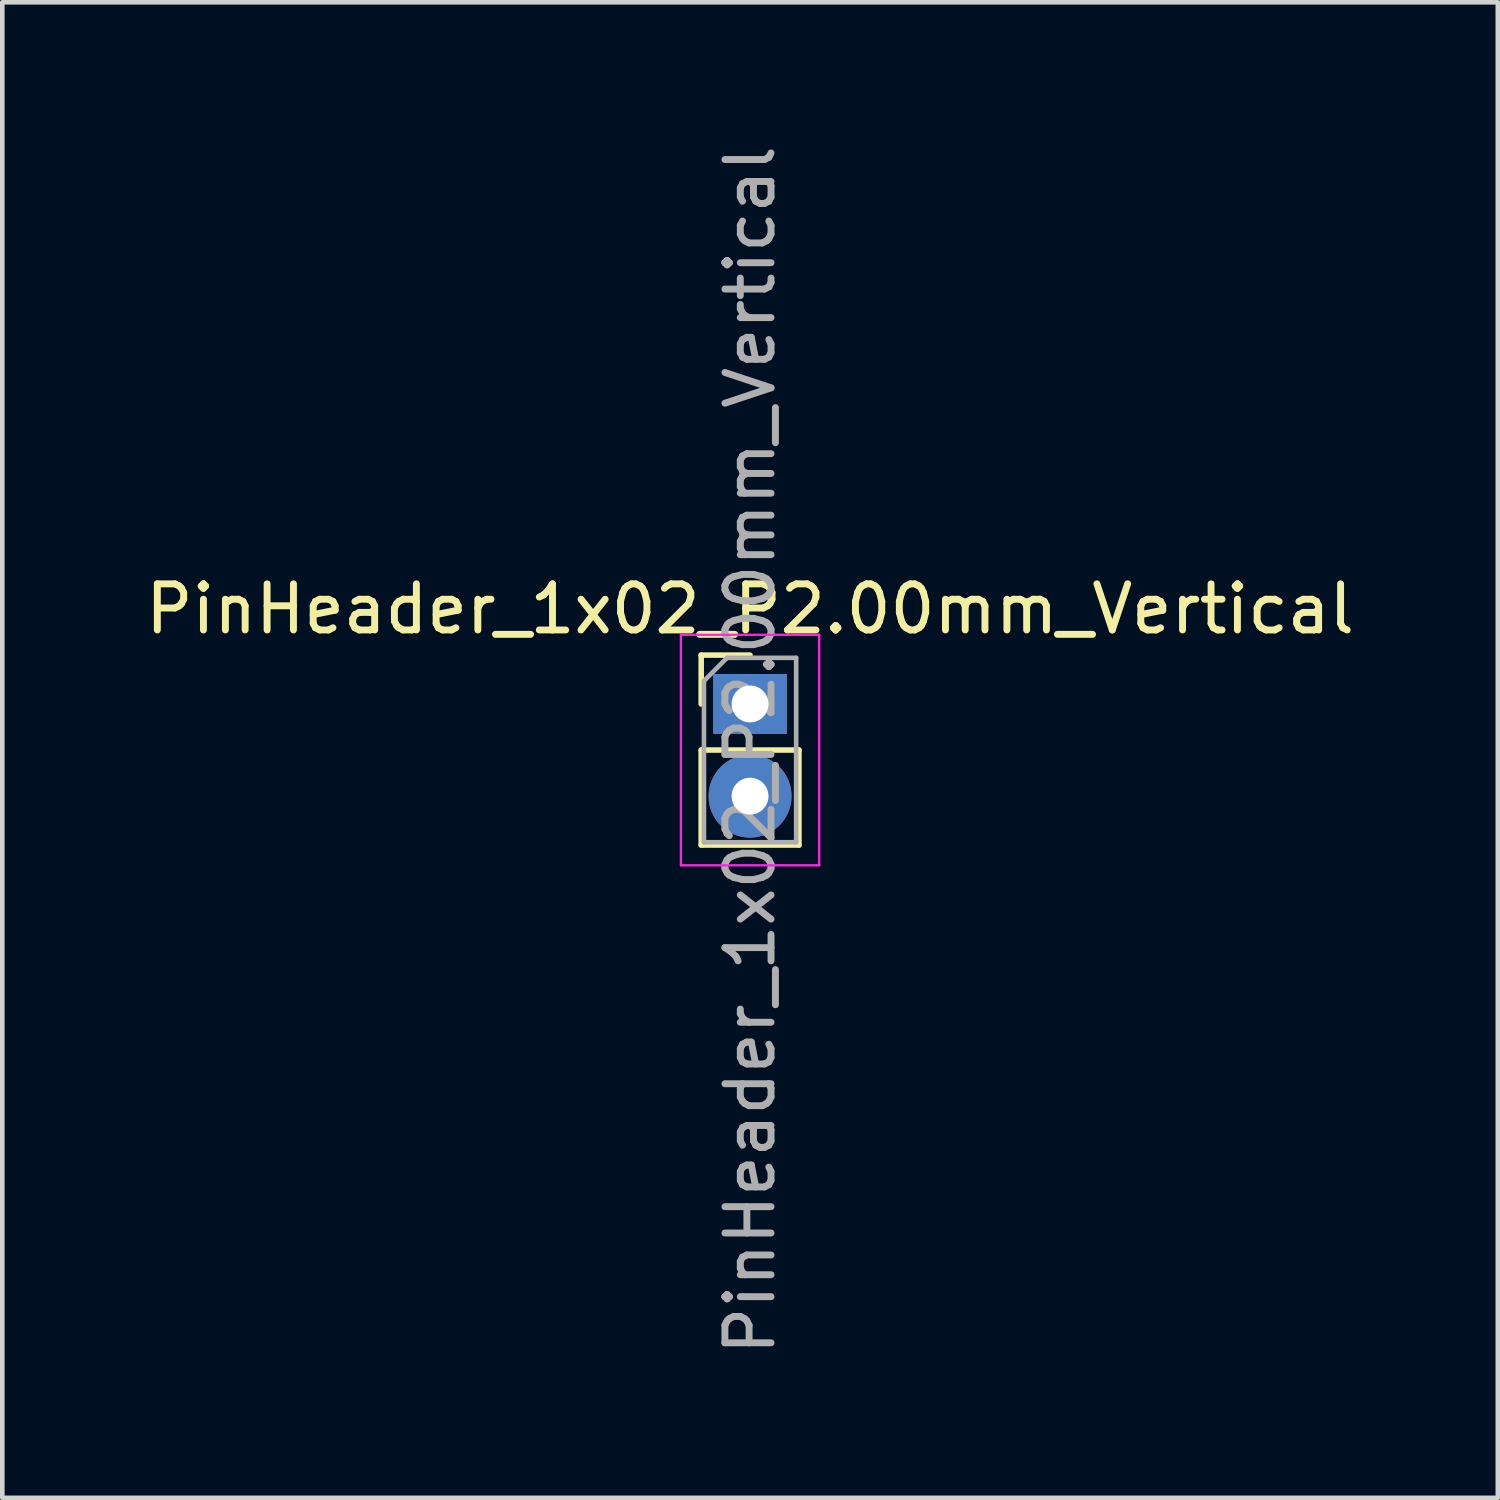
<source format=kicad_pcb>
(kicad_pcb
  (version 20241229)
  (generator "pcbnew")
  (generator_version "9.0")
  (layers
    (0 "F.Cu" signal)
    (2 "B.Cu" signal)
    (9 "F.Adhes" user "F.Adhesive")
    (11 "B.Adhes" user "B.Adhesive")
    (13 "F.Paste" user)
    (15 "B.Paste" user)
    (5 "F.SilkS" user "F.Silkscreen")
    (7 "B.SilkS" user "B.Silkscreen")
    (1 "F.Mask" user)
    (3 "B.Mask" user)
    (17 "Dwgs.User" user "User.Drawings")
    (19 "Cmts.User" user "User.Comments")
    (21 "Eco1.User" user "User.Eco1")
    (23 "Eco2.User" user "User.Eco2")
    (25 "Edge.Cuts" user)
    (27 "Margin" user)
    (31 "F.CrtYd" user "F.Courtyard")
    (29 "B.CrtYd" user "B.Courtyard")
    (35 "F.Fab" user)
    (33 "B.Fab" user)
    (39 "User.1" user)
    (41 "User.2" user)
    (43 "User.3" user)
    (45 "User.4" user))
  (footprint "PinHeader_1x02_P2.00mm_Vertical"
    (layer "F.Cu")
    (at 13.22 12.22)
    (property "Reference" "PinHeader_1x02_P2.00mm_Vertical" (at 0 -2.06 0) (layer "F.SilkS") (effects (font (size 1 1) (thickness 0.15))))
    (attr through_hole)
    (fp_line (start -1.06 -1.06) (end 0 -1.06) (stroke (width 0.12) (type solid)) (layer "F.SilkS"))
    (fp_line (start -1.06 0) (end -1.06 -1.06) (stroke (width 0.12) (type solid)) (layer "F.SilkS"))
    (fp_line (start -1.06 1) (end -1.06 3.06) (stroke (width 0.12) (type solid)) (layer "F.SilkS"))
    (fp_line (start -1.06 1) (end 1.06 1) (stroke (width 0.12) (type solid)) (layer "F.SilkS"))
    (fp_line (start -1.06 3.06) (end 1.06 3.06) (stroke (width 0.12) (type solid)) (layer "F.SilkS"))
    (fp_line (start 1.06 1) (end 1.06 3.06) (stroke (width 0.12) (type solid)) (layer "F.SilkS"))
    (fp_line (start -1.5 -1.5) (end -1.5 3.5) (stroke (width 0.05) (type solid)) (layer "F.CrtYd"))
    (fp_line (start -1.5 3.5) (end 1.5 3.5) (stroke (width 0.05) (type solid)) (layer "F.CrtYd"))
    (fp_line (start 1.5 -1.5) (end -1.5 -1.5) (stroke (width 0.05) (type solid)) (layer "F.CrtYd"))
    (fp_line (start 1.5 3.5) (end 1.5 -1.5) (stroke (width 0.05) (type solid)) (layer "F.CrtYd"))
    (fp_line (start -1 -0.5) (end -0.5 -1) (stroke (width 0.1) (type solid)) (layer "F.Fab"))
    (fp_line (start -1 3) (end -1 -0.5) (stroke (width 0.1) (type solid)) (layer "F.Fab"))
    (fp_line (start -0.5 -1) (end 1 -1) (stroke (width 0.1) (type solid)) (layer "F.Fab"))
    (fp_line (start 1 -1) (end 1 3) (stroke (width 0.1) (type solid)) (layer "F.Fab"))
    (fp_line (start 1 3) (end -1 3) (stroke (width 0.1) (type solid)) (layer "F.Fab"))
    (fp_text user "${REFERENCE}" (at 0 1 270) (layer "F.Fab") (effects (font (size 1 1) (thickness 0.15))))
    (pad "1" thru_hole rect (at 0 0) (size 1.6 1.3) (drill 0.8) (layers "*.Cu" "*.Mask"))
    (pad "2" thru_hole circle (at 0 2) (size 1.8 1.8) (drill 0.8) (layers "*.Cu" "*.Mask")))
  (gr_rect
    (start -3 -3)
    (end 29.44 29.44)
    (stroke (width 0.1) (type default))
    (fill no)
    (layer "Edge.Cuts")))
</source>
